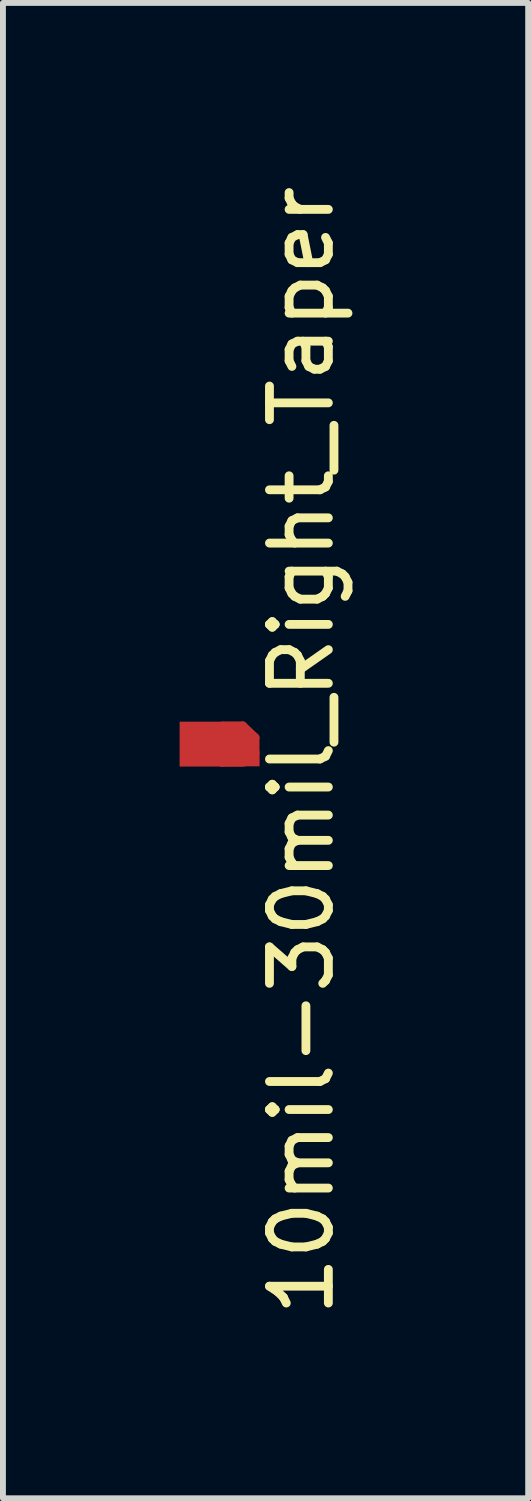
<source format=kicad_pcb>
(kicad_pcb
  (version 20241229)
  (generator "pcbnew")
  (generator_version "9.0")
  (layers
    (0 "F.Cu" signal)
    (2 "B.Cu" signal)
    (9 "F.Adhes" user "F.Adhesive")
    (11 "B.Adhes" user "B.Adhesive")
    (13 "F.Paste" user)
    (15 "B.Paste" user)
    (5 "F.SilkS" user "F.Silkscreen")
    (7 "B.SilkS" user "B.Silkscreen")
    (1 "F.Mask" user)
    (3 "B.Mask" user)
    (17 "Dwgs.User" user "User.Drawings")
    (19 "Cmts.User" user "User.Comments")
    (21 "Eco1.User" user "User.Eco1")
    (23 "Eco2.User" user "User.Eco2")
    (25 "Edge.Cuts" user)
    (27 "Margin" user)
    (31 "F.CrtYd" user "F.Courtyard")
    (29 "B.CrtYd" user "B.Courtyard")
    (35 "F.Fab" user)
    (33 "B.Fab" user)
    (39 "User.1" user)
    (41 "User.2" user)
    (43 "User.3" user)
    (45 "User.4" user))
  (footprint "10mil-30mil_Right_Taper"
    (layer "F.Cu")
    (at 0.981 9.586)
    (property "Reference" "10mil-30mil_Right_Taper" (at 1.09 0.11 90) (layer "F.SilkS") (effects (font (size 1 1) (thickness 0.15))))
    (attr through_hole)
    (fp_line (start -0.24 -0.31) (end 0.09 -0.31) (stroke (width 0.15) (type solid)) (layer "F.Cu"))
    (fp_line (start -0.21 0.17) (end -0.21 -0.2) (stroke (width 0.254) (type solid)) (layer "F.Cu"))
    (fp_line (start -0.04 -0.21) (end -0.04 0.16) (stroke (width 0.254) (type solid)) (layer "F.Cu"))
    (fp_line (start 0.09 -0.31) (end 0.3 -0.11) (stroke (width 0.15) (type solid)) (layer "F.Cu"))
    (fp_line (start 0.1 0.31) (end -0.27 0.31) (stroke (width 0.15) (type solid)) (layer "F.Cu"))
    (fp_line (start 0.12 -0.19) (end 0.12 0.13) (stroke (width 0.254) (type solid)) (layer "F.Cu"))
    (fp_line (start 0.3 -0.11) (end 0.3 0.14) (stroke (width 0.15) (type solid)) (layer "F.Cu"))
    (pad "1" smd rect (at -0.6 0 90) (size 0.762 0.762) (layers "F.Cu"))
    (pad "2" smd rect (at 0.25 0.25 90) (size 0.254 0.254) (layers "F.Cu")))
  (gr_rect
    (start -3 -3)
    (end 5.919 22.393)
    (stroke (width 0.1) (type default))
    (fill no)
    (layer "Edge.Cuts")))
</source>
